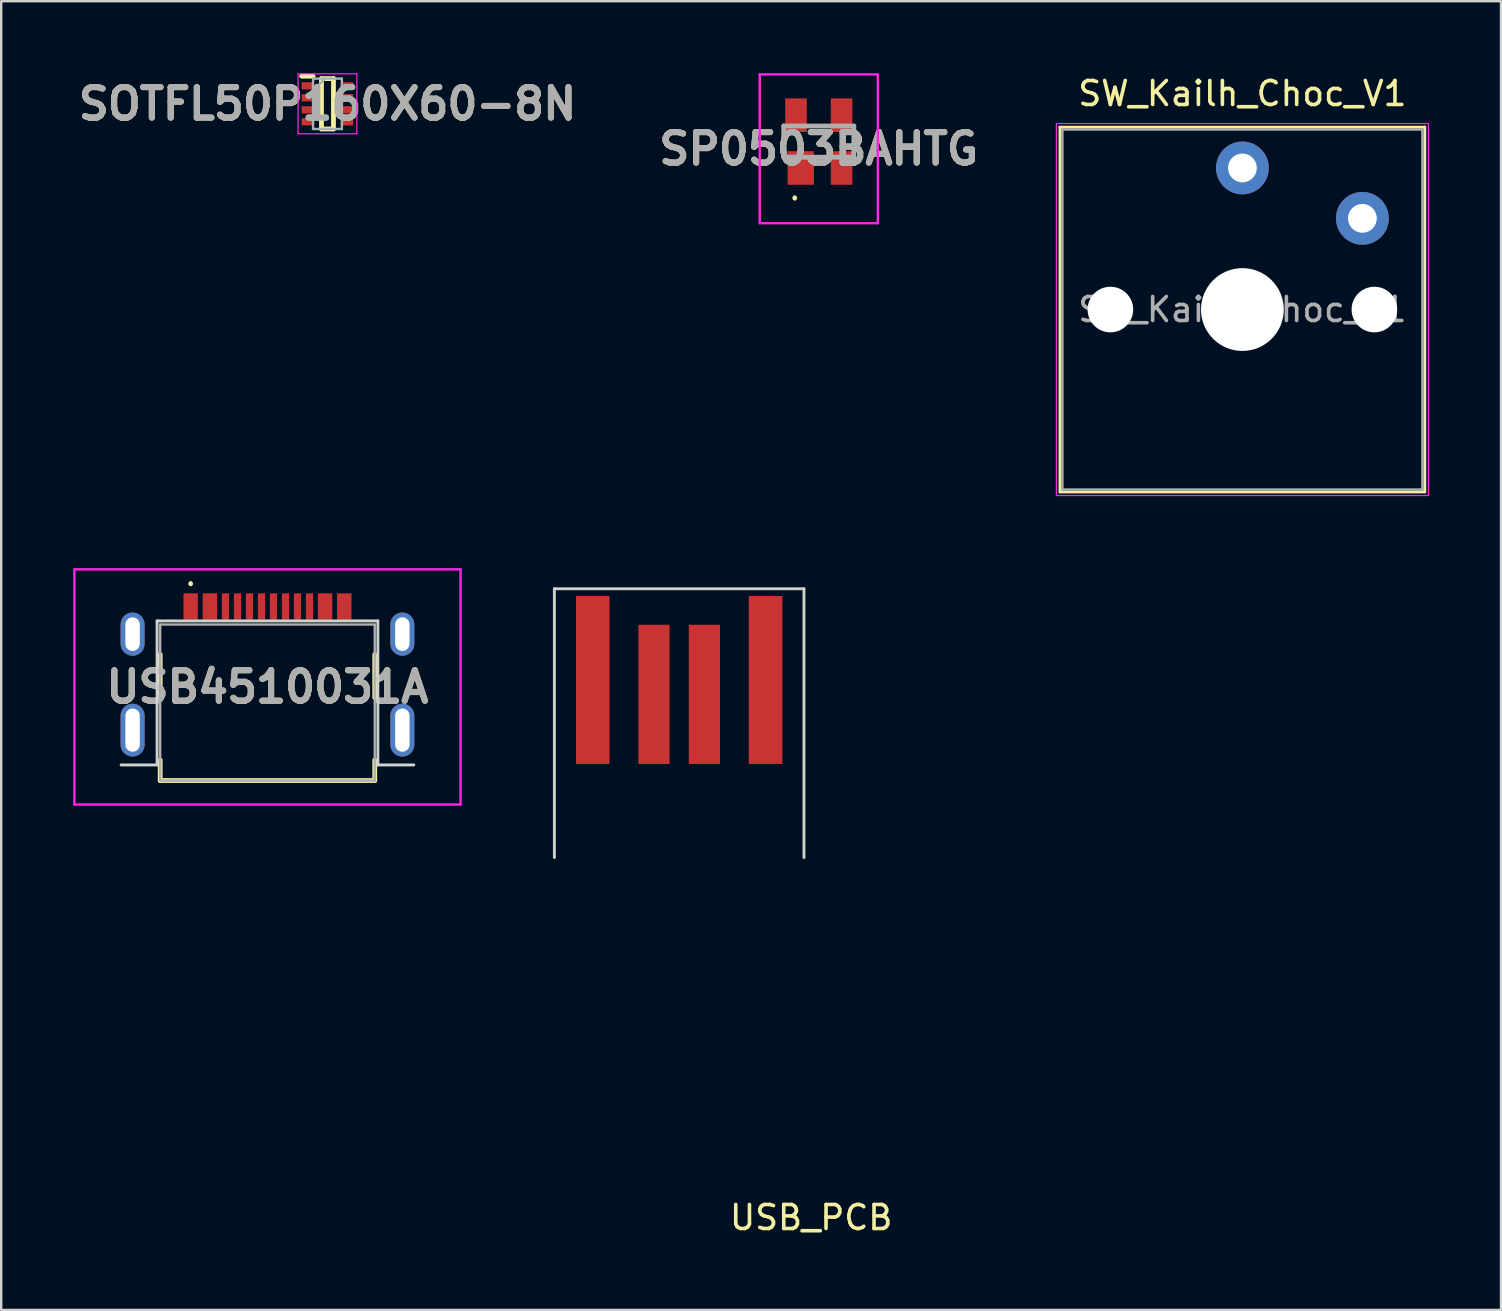
<source format=kicad_pcb>
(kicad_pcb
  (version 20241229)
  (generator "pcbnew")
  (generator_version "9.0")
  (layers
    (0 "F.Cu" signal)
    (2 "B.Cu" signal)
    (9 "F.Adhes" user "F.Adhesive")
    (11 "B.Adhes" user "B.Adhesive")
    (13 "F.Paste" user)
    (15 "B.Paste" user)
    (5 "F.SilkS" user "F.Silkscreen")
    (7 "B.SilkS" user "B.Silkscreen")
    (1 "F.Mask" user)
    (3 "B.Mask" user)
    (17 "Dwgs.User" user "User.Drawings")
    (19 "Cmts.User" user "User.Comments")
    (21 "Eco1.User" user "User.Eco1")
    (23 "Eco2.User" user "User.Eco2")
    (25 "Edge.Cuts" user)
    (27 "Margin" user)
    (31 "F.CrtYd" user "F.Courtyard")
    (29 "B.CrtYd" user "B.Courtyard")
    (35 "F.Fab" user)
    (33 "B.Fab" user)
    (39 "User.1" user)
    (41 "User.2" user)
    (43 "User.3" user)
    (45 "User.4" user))
  (footprint "USB4510031A"
    (layer "F.Cu")
    (at 8.095 26.223)
    (property "Reference" "USB4510031A" (at 0 -0.65 0) (layer "F.SilkS") (effects (font (size 1.27 1.27) (thickness 0.254))))
    (attr through_hole)
    (fp_line (start -4.47 -2) (end -4.47 -0.2) (stroke (width 0.2) (type solid)) (layer "F.SilkS"))
    (fp_line (start -4.47 3.25) (end -4.47 2.4) (stroke (width 0.2) (type solid)) (layer "F.SilkS"))
    (fp_line (start -3.2 -5) (end -3.2 -5) (stroke (width 0.1) (type solid)) (layer "F.SilkS"))
    (fp_line (start -3.2 -4.9) (end -3.2 -4.9) (stroke (width 0.1) (type solid)) (layer "F.SilkS"))
    (fp_line (start 4.47 -2) (end 4.47 -0.2) (stroke (width 0.2) (type solid)) (layer "F.SilkS"))
    (fp_line (start 4.47 2.4) (end 4.47 3.25) (stroke (width 0.2) (type solid)) (layer "F.SilkS"))
    (fp_line (start 4.47 3.25) (end -4.47 3.25) (stroke (width 0.2) (type solid)) (layer "F.SilkS"))
    (fp_arc (start -3.2 -5) (mid -3.15 -4.95) (end -3.2 -4.9) (stroke (width 0.1) (type solid)) (layer "F.SilkS"))
    (fp_arc (start -3.2 -4.9) (mid -3.25 -4.95) (end -3.2 -5) (stroke (width 0.1) (type solid)) (layer "F.SilkS"))
    (fp_line (start -4.6 -3.4) (end 4.6 -3.4) (stroke (width 0.12) (type default)) (layer "Edge.Cuts"))
    (fp_line (start -4.6 2.6) (end -6.1 2.6) (stroke (width 0.12) (type default)) (layer "Edge.Cuts"))
    (fp_line (start -4.6 2.6) (end -4.6 -3.4) (stroke (width 0.12) (type default)) (layer "Edge.Cuts"))
    (fp_line (start 4.6 -3.4) (end 4.6 2.6) (stroke (width 0.12) (type default)) (layer "Edge.Cuts"))
    (fp_line (start 4.6 2.6) (end 6.1 2.6) (stroke (width 0.12) (type default)) (layer "Edge.Cuts"))
    (fp_line (start -8.045 -5.55) (end 8.045 -5.55) (stroke (width 0.1) (type solid)) (layer "F.CrtYd"))
    (fp_line (start -8.045 4.25) (end -8.045 -5.55) (stroke (width 0.1) (type solid)) (layer "F.CrtYd"))
    (fp_line (start 8.045 -5.55) (end 8.045 4.25) (stroke (width 0.1) (type solid)) (layer "F.CrtYd"))
    (fp_line (start 8.045 4.25) (end -8.045 4.25) (stroke (width 0.1) (type solid)) (layer "F.CrtYd"))
    (fp_line (start -4.47 -3.25) (end -4.47 3.25) (stroke (width 0.1) (type solid)) (layer "F.Fab"))
    (fp_line (start -4.47 3.25) (end 4.47 3.25) (stroke (width 0.1) (type solid)) (layer "F.Fab"))
    (fp_line (start 4.47 -3.25) (end -4.47 -3.25) (stroke (width 0.1) (type solid)) (layer "F.Fab"))
    (fp_line (start 4.47 3.25) (end 4.47 -3.25) (stroke (width 0.1) (type solid)) (layer "F.Fab"))
    (fp_text user "${REFERENCE}" (at 0 -0.65 0) (layer "F.Fab") (effects (font (size 1.27 1.27) (thickness 0.254))))
    (pad "A1" smd rect (at -3.2 -4) (size 0.6 1.1) (layers "F.Cu" "F.Mask" "F.Paste"))
    (pad "A4" smd rect (at -2.4 -4) (size 0.6 1.1) (layers "F.Cu" "F.Mask" "F.Paste"))
    (pad "A5" smd rect (at -1.25 -4) (size 0.3 1.1) (layers "F.Cu" "F.Mask" "F.Paste"))
    (pad "A6" smd rect (at -0.25 -4) (size 0.3 1.1) (layers "F.Cu" "F.Mask" "F.Paste"))
    (pad "A7" smd rect (at 0.25 -4) (size 0.3 1.1) (layers "F.Cu" "F.Mask" "F.Paste"))
    (pad "A8" smd rect (at 1.25 -4) (size 0.3 1.1) (layers "F.Cu" "F.Mask" "F.Paste"))
    (pad "A9" smd rect (at 2.4 -4) (size 0.6 1.1) (layers "F.Cu" "F.Mask" "F.Paste"))
    (pad "A12" smd rect (at 3.2 -4) (size 0.6 1.1) (layers "F.Cu" "F.Mask" "F.Paste"))
    (pad "B5" smd rect (at 1.75 -4) (size 0.3 1.1) (layers "F.Cu" "F.Mask" "F.Paste"))
    (pad "B6" smd rect (at 0.75 -4) (size 0.3 1.1) (layers "F.Cu" "F.Mask" "F.Paste"))
    (pad "B7" smd rect (at -0.75 -4) (size 0.3 1.1) (layers "F.Cu" "F.Mask" "F.Paste"))
    (pad "B8" smd rect (at -1.75 -4) (size 0.3 1.1) (layers "F.Cu" "F.Mask" "F.Paste"))
    (pad "MH1" thru_hole oval (at -5.62 -2.85) (size 1 1.8) (drill oval 0.6 1.4) (layers "*.Cu" "*.Mask"))
    (pad "MH2" thru_hole oval (at -5.62 1.15) (size 1 2.2) (drill oval 0.6 1.8) (layers "*.Cu" "*.Mask"))
    (pad "MH3" thru_hole oval (at 5.62 1.15) (size 1 2.2) (drill oval 0.6 1.8) (layers "*.Cu" "*.Mask"))
    (pad "MH4" thru_hole oval (at 5.62 -2.85) (size 1 1.8) (drill oval 0.6 1.4) (layers "*.Cu" "*.Mask")))
  (footprint "SW_Kailh_Choc_V1"
    (layer "F.Cu")
    (at 48.718 9.848)
    (property "Reference" "SW_Kailh_Choc_V1" (at 0 -9 0) (layer "F.SilkS") (effects (font (size 1 1) (thickness 0.15))))
    (attr through_hole)
    (fp_line (start -7.6 -7.6) (end -7.6 7.6) (stroke (width 0.12) (type solid)) (layer "F.SilkS"))
    (fp_line (start -7.6 7.6) (end 7.6 7.6) (stroke (width 0.12) (type solid)) (layer "F.SilkS"))
    (fp_line (start 7.6 -7.6) (end -7.6 -7.6) (stroke (width 0.12) (type solid)) (layer "F.SilkS"))
    (fp_line (start 7.6 7.6) (end 7.6 -7.6) (stroke (width 0.12) (type solid)) (layer "F.SilkS"))
    (fp_line (start -7.25 -7.25) (end -7.25 7.25) (stroke (width 0.1) (type solid)) (layer "Eco1.User"))
    (fp_line (start -7.25 7.25) (end 7.25 7.25) (stroke (width 0.1) (type solid)) (layer "Eco1.User"))
    (fp_line (start 7.25 -7.25) (end -7.25 -7.25) (stroke (width 0.1) (type solid)) (layer "Eco1.User"))
    (fp_line (start 7.25 7.25) (end 7.25 -7.25) (stroke (width 0.1) (type solid)) (layer "Eco1.User"))
    (fp_line (start -7.75 -7.75) (end -7.75 7.75) (stroke (width 0.05) (type solid)) (layer "F.CrtYd"))
    (fp_line (start -7.75 7.75) (end 7.75 7.75) (stroke (width 0.05) (type solid)) (layer "F.CrtYd"))
    (fp_line (start 7.75 -7.75) (end -7.75 -7.75) (stroke (width 0.05) (type solid)) (layer "F.CrtYd"))
    (fp_line (start 7.75 7.75) (end 7.75 -7.75) (stroke (width 0.05) (type solid)) (layer "F.CrtYd"))
    (fp_line (start -7.5 -7.5) (end -7.5 7.5) (stroke (width 0.1) (type solid)) (layer "F.Fab"))
    (fp_line (start -7.5 7.5) (end 7.5 7.5) (stroke (width 0.1) (type solid)) (layer "F.Fab"))
    (fp_line (start 7.5 -7.5) (end -7.5 -7.5) (stroke (width 0.1) (type solid)) (layer "F.Fab"))
    (fp_line (start 7.5 7.5) (end 7.5 -7.5) (stroke (width 0.1) (type solid)) (layer "F.Fab"))
    (fp_text user "${REFERENCE}" (at 0 0 0) (layer "F.Fab") (effects (font (size 1 1) (thickness 0.15))))
    (pad "" np_thru_hole circle (at -5.5 0) (size 1.9 1.9) (drill 1.9) (layers "*.Cu" "*.Mask"))
    (pad "" np_thru_hole circle (at 0 0) (size 3.45 3.45) (drill 3.45) (layers "*.Cu" "*.Mask"))
    (pad "" np_thru_hole circle (at 5.5 0) (size 1.9 1.9) (drill 1.9) (layers "*.Cu" "*.Mask"))
    (pad "1" thru_hole circle (at 0 -5.9) (size 2.2 2.2) (drill 1.2) (layers "*.Cu" "*.Mask"))
    (pad "2" thru_hole circle (at 5 -3.8) (size 2.2 2.2) (drill 1.2) (layers "*.Cu" "*.Mask")))
  (footprint "SP0503BAHTG"
    (layer "F.Cu")
    (at 31.067 2.85)
    (property "Reference" "SP0503BAHTG" (at 0 0.3 0) (layer "F.SilkS") (effects (font (size 1.27 1.27) (thickness 0.254))))
    (attr smd)
    (fp_line (start -1 2.3) (end -1 2.3) (stroke (width 0.1) (type solid)) (layer "F.SilkS"))
    (fp_line (start -1 2.4) (end -1 2.4) (stroke (width 0.1) (type solid)) (layer "F.SilkS"))
    (fp_arc (start -1 2.3) (mid -0.95 2.35) (end -1 2.4) (stroke (width 0.1) (type solid)) (layer "F.SilkS"))
    (fp_arc (start -1 2.4) (mid -1.05 2.35) (end -1 2.3) (stroke (width 0.1) (type solid)) (layer "F.SilkS"))
    (fp_line (start -2.46 -2.8) (end 2.46 -2.8) (stroke (width 0.1) (type solid)) (layer "F.CrtYd"))
    (fp_line (start -2.46 3.4) (end -2.46 -2.8) (stroke (width 0.1) (type solid)) (layer "F.CrtYd"))
    (fp_line (start 2.46 -2.8) (end 2.46 3.4) (stroke (width 0.1) (type solid)) (layer "F.CrtYd"))
    (fp_line (start 2.46 3.4) (end -2.46 3.4) (stroke (width 0.1) (type solid)) (layer "F.CrtYd"))
    (fp_line (start -1.46 -0.65) (end 1.46 -0.65) (stroke (width 0.2) (type solid)) (layer "F.Fab"))
    (fp_line (start -1.46 0.65) (end -1.46 -0.65) (stroke (width 0.2) (type solid)) (layer "F.Fab"))
    (fp_line (start 1.46 -0.65) (end 1.46 0.65) (stroke (width 0.2) (type solid)) (layer "F.Fab"))
    (fp_line (start 1.46 0.65) (end -1.46 0.65) (stroke (width 0.2) (type solid)) (layer "F.Fab"))
    (fp_text user "${REFERENCE}" (at 0 0.3 0) (layer "F.Fab") (effects (font (size 1.27 1.27) (thickness 0.254))))
    (pad "1" smd rect (at -0.75 1.1) (size 1.1 1.4) (layers "F.Cu" "F.Mask" "F.Paste"))
    (pad "2" smd rect (at 0.95 1.1) (size 0.9 1.4) (layers "F.Cu" "F.Mask" "F.Paste"))
    (pad "3" smd rect (at 0.95 -1.1) (size 0.9 1.4) (layers "F.Cu" "F.Mask" "F.Paste"))
    (pad "4" smd rect (at -0.95 -1.1) (size 0.9 1.4) (layers "F.Cu" "F.Mask" "F.Paste")))
  (footprint "SOTFL50P160X60-8N"
    (layer "F.Cu")
    (at 10.595 1.275)
    (property "Reference" "SOTFL50P160X60-8N" (at 0 0 0) (layer "F.SilkS") (effects (font (size 1.27 1.27) (thickness 0.254))))
    (attr smd)
    (fp_line (start -1.075 -1.15) (end -0.6 -1.15) (stroke (width 0.2) (type solid)) (layer "F.SilkS"))
    (fp_line (start -0.25 -1.05) (end 0.25 -1.05) (stroke (width 0.2) (type solid)) (layer "F.SilkS"))
    (fp_line (start -0.25 1.05) (end -0.25 -1.05) (stroke (width 0.2) (type solid)) (layer "F.SilkS"))
    (fp_line (start 0.25 -1.05) (end 0.25 1.05) (stroke (width 0.2) (type solid)) (layer "F.SilkS"))
    (fp_line (start 0.25 1.05) (end -0.25 1.05) (stroke (width 0.2) (type solid)) (layer "F.SilkS"))
    (fp_line (start -1.225 -1.25) (end 1.225 -1.25) (stroke (width 0.05) (type solid)) (layer "F.CrtYd"))
    (fp_line (start -1.225 1.25) (end -1.225 -1.25) (stroke (width 0.05) (type solid)) (layer "F.CrtYd"))
    (fp_line (start 1.225 -1.25) (end 1.225 1.25) (stroke (width 0.05) (type solid)) (layer "F.CrtYd"))
    (fp_line (start 1.225 1.25) (end -1.225 1.25) (stroke (width 0.05) (type solid)) (layer "F.CrtYd"))
    (fp_line (start -0.6 -1.05) (end 0.6 -1.05) (stroke (width 0.1) (type solid)) (layer "F.Fab"))
    (fp_line (start -0.6 -0.55) (end -0.1 -1.05) (stroke (width 0.1) (type solid)) (layer "F.Fab"))
    (fp_line (start -0.6 1.05) (end -0.6 -1.05) (stroke (width 0.1) (type solid)) (layer "F.Fab"))
    (fp_line (start 0.6 -1.05) (end 0.6 1.05) (stroke (width 0.1) (type solid)) (layer "F.Fab"))
    (fp_line (start 0.6 1.05) (end -0.6 1.05) (stroke (width 0.1) (type solid)) (layer "F.Fab"))
    (fp_text user "${REFERENCE}" (at 0 0 0) (layer "F.Fab") (effects (font (size 1.27 1.27) (thickness 0.254))))
    (pad "1" smd rect (at -0.838 -0.75 90) (size 0.3 0.475) (layers "F.Cu" "F.Mask" "F.Paste"))
    (pad "2" smd rect (at -0.838 -0.25 90) (size 0.3 0.475) (layers "F.Cu" "F.Mask" "F.Paste"))
    (pad "3" smd rect (at -0.838 0.25 90) (size 0.3 0.475) (layers "F.Cu" "F.Mask" "F.Paste"))
    (pad "4" smd rect (at -0.838 0.75 90) (size 0.3 0.475) (layers "F.Cu" "F.Mask" "F.Paste"))
    (pad "5" smd rect (at 0.838 0.75 90) (size 0.3 0.475) (layers "F.Cu" "F.Mask" "F.Paste"))
    (pad "6" smd rect (at 0.838 0.25 90) (size 0.3 0.475) (layers "F.Cu" "F.Mask" "F.Paste"))
    (pad "7" smd rect (at 0.838 -0.25 90) (size 0.3 0.475) (layers "F.Cu" "F.Mask" "F.Paste"))
    (pad "8" smd rect (at 0.838 -0.75 90) (size 0.3 0.475) (layers "F.Cu" "F.Mask" "F.Paste")))
  (footprint "USB_PCB"
    (layer "F.Cu")
    (at 25.25 32.683)
    (property "Reference" "USB_PCB" (at 5.5 15 0) (unlocked yes) (layer "F.SilkS") (effects (font (size 1 1) (thickness 0.15))))
    (attr smd exclude_from_bom)
    (fp_rect (start -4.3 -3.9) (end -2.9 -10.9) (stroke (width 0) (type solid)) (fill yes) (layer "F.Cu"))
    (fp_rect (start -1.7 -9.7) (end -0.4 -3.9) (stroke (width 0) (type solid)) (fill yes) (layer "F.Cu"))
    (fp_rect (start 1.7 -9.7) (end 0.4 -3.9) (stroke (width 0) (type solid)) (fill yes) (layer "F.Cu"))
    (fp_rect (start 2.9 -3.9) (end 4.3 -10.9) (stroke (width 0) (type solid)) (fill yes) (layer "F.Cu"))
    (fp_line (start -5.2 -11.2) (end 5.2 -11.2) (stroke (width 0.12) (type solid)) (layer "Edge.Cuts"))
    (fp_line (start -5.2 0) (end -5.2 -11.2) (stroke (width 0.12) (type solid)) (layer "Edge.Cuts"))
    (fp_line (start 5.2 0) (end 5.2 -11.2) (stroke (width 0.12) (type solid)) (layer "Edge.Cuts"))
    (fp_line (start -6 -12) (end -6 0) (stroke (width 0.12) (type solid)) (layer "User.1"))
    (fp_line (start -6 -12) (end 6 -12) (stroke (width 0.12) (type solid)) (layer "User.1"))
    (fp_line (start 6 -12) (end 6 0) (stroke (width 0.12) (type solid)) (layer "User.1"))
    (pad "1" smd roundrect (at -3.6 -4.9) (size 1.071 1.762) (layers "F.Cu" "F.Mask" "F.Paste") (roundrect_rratio 0.25))
    (pad "2" smd roundrect (at -1 -4.9) (size 1.071 1.762) (layers "F.Cu" "F.Mask" "F.Paste") (roundrect_rratio 0.25))
    (pad "3" smd roundrect (at 1.1 -4.9) (size 1.071 1.762) (layers "F.Cu" "F.Mask" "F.Paste") (roundrect_rratio 0.25))
    (pad "4" smd roundrect (at 3.6 -4.9) (size 1.071 1.762) (layers "F.Cu" "F.Mask" "F.Paste") (roundrect_rratio 0.25)))
  (gr_rect
    (start -3 -3)
    (end 59.493 51.532)
    (stroke (width 0.1) (type default))
    (fill no)
    (layer "Edge.Cuts")))
</source>
